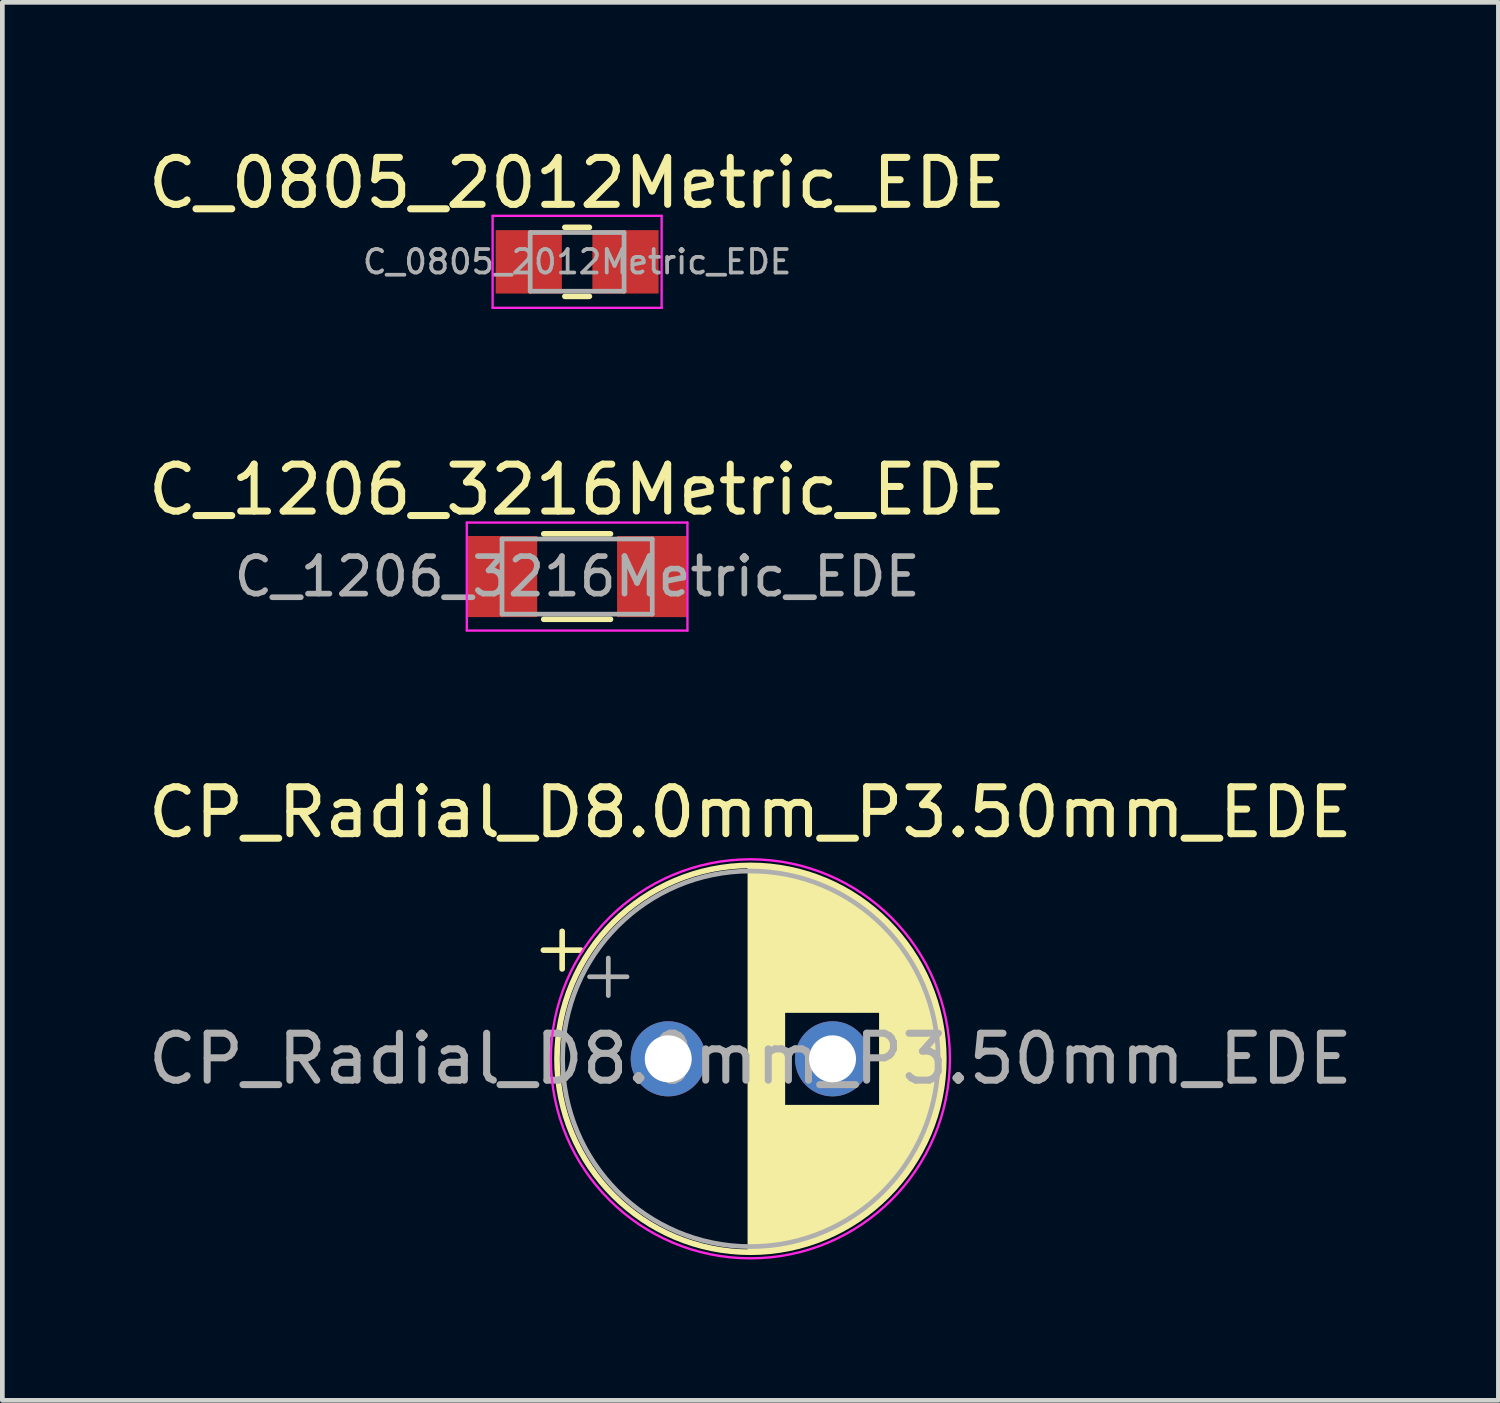
<source format=kicad_pcb>
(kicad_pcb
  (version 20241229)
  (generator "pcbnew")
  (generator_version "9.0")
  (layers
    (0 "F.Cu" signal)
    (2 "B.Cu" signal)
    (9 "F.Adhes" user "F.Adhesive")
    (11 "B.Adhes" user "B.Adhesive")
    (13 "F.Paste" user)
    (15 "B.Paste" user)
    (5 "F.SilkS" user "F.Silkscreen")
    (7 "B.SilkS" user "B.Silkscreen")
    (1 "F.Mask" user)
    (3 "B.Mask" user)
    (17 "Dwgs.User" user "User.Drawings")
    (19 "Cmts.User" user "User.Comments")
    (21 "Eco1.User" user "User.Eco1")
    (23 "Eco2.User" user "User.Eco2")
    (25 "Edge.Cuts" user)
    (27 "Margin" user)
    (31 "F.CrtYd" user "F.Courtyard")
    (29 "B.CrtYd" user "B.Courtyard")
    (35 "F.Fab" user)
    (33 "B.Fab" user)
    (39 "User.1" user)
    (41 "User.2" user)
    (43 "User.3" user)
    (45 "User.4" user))
  (footprint "C_0805_2012Metric_EDE"
    (layer "F.Cu")
    (at 9.244 2.528)
    (property "Reference" "C_0805_2012Metric_EDE" (at 0 -1.68 0) (layer "F.SilkS") (effects (font (size 1 1) (thickness 0.15))))
    (attr smd)
    (fp_line (start -0.261 -0.735) (end 0.261 -0.735) (stroke (width 0.12) (type solid)) (layer "F.SilkS"))
    (fp_line (start -0.261 0.735) (end 0.261 0.735) (stroke (width 0.12) (type solid)) (layer "F.SilkS"))
    (fp_line (start -1.8 -0.98) (end 1.8 -0.98) (stroke (width 0.05) (type solid)) (layer "F.CrtYd"))
    (fp_line (start -1.8 0.98) (end -1.8 -0.98) (stroke (width 0.05) (type solid)) (layer "F.CrtYd"))
    (fp_line (start 1.8 -0.98) (end 1.8 0.98) (stroke (width 0.05) (type solid)) (layer "F.CrtYd"))
    (fp_line (start 1.8 0.98) (end -1.8 0.98) (stroke (width 0.05) (type solid)) (layer "F.CrtYd"))
    (fp_line (start -1 -0.625) (end 1 -0.625) (stroke (width 0.1) (type solid)) (layer "F.Fab"))
    (fp_line (start -1 0.625) (end -1 -0.625) (stroke (width 0.1) (type solid)) (layer "F.Fab"))
    (fp_line (start 1 -0.625) (end 1 0.625) (stroke (width 0.1) (type solid)) (layer "F.Fab"))
    (fp_line (start 1 0.625) (end -1 0.625) (stroke (width 0.1) (type solid)) (layer "F.Fab"))
    (fp_text user "${REFERENCE}" (at 0 0 0) (layer "F.Fab") (effects (font (size 0.5 0.5) (thickness 0.08))))
    (pad "1" smd rect (at -1.03 0) (size 1.41 1.35) (layers "F.Cu" "F.Mask" "F.Paste"))
    (pad "2" smd rect (at 1.03 0) (size 1.41 1.35) (layers "F.Cu" "F.Mask" "F.Paste")))
  (footprint "CP_Radial_D8.0mm_P3.50mm_EDE"
    (layer "F.Cu")
    (at 11.185 19.505)
    (property "Reference" "CP_Radial_D8.0mm_P3.50mm_EDE" (at 1.75 -5.25 0) (layer "F.SilkS") (effects (font (size 1 1) (thickness 0.15))))
    (attr through_hole)
    (fp_line (start -2.66 -2.315) (end -1.86 -2.315) (stroke (width 0.12) (type solid)) (layer "F.SilkS"))
    (fp_line (start -2.26 -2.715) (end -2.26 -1.915) (stroke (width 0.12) (type solid)) (layer "F.SilkS"))
    (fp_line (start 1.75 -4.08) (end 1.75 4.08) (stroke (width 0.12) (type solid)) (layer "F.SilkS"))
    (fp_line (start 1.79 -4.08) (end 1.79 4.08) (stroke (width 0.12) (type solid)) (layer "F.SilkS"))
    (fp_line (start 1.83 -4.08) (end 1.83 4.08) (stroke (width 0.12) (type solid)) (layer "F.SilkS"))
    (fp_line (start 1.87 -4.079) (end 1.87 4.079) (stroke (width 0.12) (type solid)) (layer "F.SilkS"))
    (fp_line (start 1.91 -4.077) (end 1.91 4.077) (stroke (width 0.12) (type solid)) (layer "F.SilkS"))
    (fp_line (start 1.95 -4.076) (end 1.95 4.076) (stroke (width 0.12) (type solid)) (layer "F.SilkS"))
    (fp_line (start 1.99 -4.074) (end 1.99 4.074) (stroke (width 0.12) (type solid)) (layer "F.SilkS"))
    (fp_line (start 2.03 -4.071) (end 2.03 4.071) (stroke (width 0.12) (type solid)) (layer "F.SilkS"))
    (fp_line (start 2.07 -4.068) (end 2.07 4.068) (stroke (width 0.12) (type solid)) (layer "F.SilkS"))
    (fp_line (start 2.11 -4.065) (end 2.11 4.065) (stroke (width 0.12) (type solid)) (layer "F.SilkS"))
    (fp_line (start 2.15 -4.061) (end 2.15 4.061) (stroke (width 0.12) (type solid)) (layer "F.SilkS"))
    (fp_line (start 2.19 -4.057) (end 2.19 4.057) (stroke (width 0.12) (type solid)) (layer "F.SilkS"))
    (fp_line (start 2.23 -4.052) (end 2.23 4.052) (stroke (width 0.12) (type solid)) (layer "F.SilkS"))
    (fp_line (start 2.27 -4.048) (end 2.27 4.048) (stroke (width 0.12) (type solid)) (layer "F.SilkS"))
    (fp_line (start 2.31 -4.042) (end 2.31 4.042) (stroke (width 0.12) (type solid)) (layer "F.SilkS"))
    (fp_line (start 2.35 -4.037) (end 2.35 4.037) (stroke (width 0.12) (type solid)) (layer "F.SilkS"))
    (fp_line (start 2.39 -4.03) (end 2.39 4.03) (stroke (width 0.12) (type solid)) (layer "F.SilkS"))
    (fp_line (start 2.43 -4.024) (end 2.43 4.024) (stroke (width 0.12) (type solid)) (layer "F.SilkS"))
    (fp_line (start 2.471 -4.017) (end 2.471 -1.04) (stroke (width 0.12) (type solid)) (layer "F.SilkS"))
    (fp_line (start 2.471 1.04) (end 2.471 4.017) (stroke (width 0.12) (type solid)) (layer "F.SilkS"))
    (fp_line (start 2.511 -4.01) (end 2.511 -1.04) (stroke (width 0.12) (type solid)) (layer "F.SilkS"))
    (fp_line (start 2.511 1.04) (end 2.511 4.01) (stroke (width 0.12) (type solid)) (layer "F.SilkS"))
    (fp_line (start 2.551 -4.002) (end 2.551 -1.04) (stroke (width 0.12) (type solid)) (layer "F.SilkS"))
    (fp_line (start 2.551 1.04) (end 2.551 4.002) (stroke (width 0.12) (type solid)) (layer "F.SilkS"))
    (fp_line (start 2.591 -3.994) (end 2.591 -1.04) (stroke (width 0.12) (type solid)) (layer "F.SilkS"))
    (fp_line (start 2.591 1.04) (end 2.591 3.994) (stroke (width 0.12) (type solid)) (layer "F.SilkS"))
    (fp_line (start 2.631 -3.985) (end 2.631 -1.04) (stroke (width 0.12) (type solid)) (layer "F.SilkS"))
    (fp_line (start 2.631 1.04) (end 2.631 3.985) (stroke (width 0.12) (type solid)) (layer "F.SilkS"))
    (fp_line (start 2.671 -3.976) (end 2.671 -1.04) (stroke (width 0.12) (type solid)) (layer "F.SilkS"))
    (fp_line (start 2.671 1.04) (end 2.671 3.976) (stroke (width 0.12) (type solid)) (layer "F.SilkS"))
    (fp_line (start 2.711 -3.967) (end 2.711 -1.04) (stroke (width 0.12) (type solid)) (layer "F.SilkS"))
    (fp_line (start 2.711 1.04) (end 2.711 3.967) (stroke (width 0.12) (type solid)) (layer "F.SilkS"))
    (fp_line (start 2.751 -3.957) (end 2.751 -1.04) (stroke (width 0.12) (type solid)) (layer "F.SilkS"))
    (fp_line (start 2.751 1.04) (end 2.751 3.957) (stroke (width 0.12) (type solid)) (layer "F.SilkS"))
    (fp_line (start 2.791 -3.947) (end 2.791 -1.04) (stroke (width 0.12) (type solid)) (layer "F.SilkS"))
    (fp_line (start 2.791 1.04) (end 2.791 3.947) (stroke (width 0.12) (type solid)) (layer "F.SilkS"))
    (fp_line (start 2.831 -3.936) (end 2.831 -1.04) (stroke (width 0.12) (type solid)) (layer "F.SilkS"))
    (fp_line (start 2.831 1.04) (end 2.831 3.936) (stroke (width 0.12) (type solid)) (layer "F.SilkS"))
    (fp_line (start 2.871 -3.925) (end 2.871 -1.04) (stroke (width 0.12) (type solid)) (layer "F.SilkS"))
    (fp_line (start 2.871 1.04) (end 2.871 3.925) (stroke (width 0.12) (type solid)) (layer "F.SilkS"))
    (fp_line (start 2.911 -3.914) (end 2.911 -1.04) (stroke (width 0.12) (type solid)) (layer "F.SilkS"))
    (fp_line (start 2.911 1.04) (end 2.911 3.914) (stroke (width 0.12) (type solid)) (layer "F.SilkS"))
    (fp_line (start 2.951 -3.902) (end 2.951 -1.04) (stroke (width 0.12) (type solid)) (layer "F.SilkS"))
    (fp_line (start 2.951 1.04) (end 2.951 3.902) (stroke (width 0.12) (type solid)) (layer "F.SilkS"))
    (fp_line (start 2.991 -3.889) (end 2.991 -1.04) (stroke (width 0.12) (type solid)) (layer "F.SilkS"))
    (fp_line (start 2.991 1.04) (end 2.991 3.889) (stroke (width 0.12) (type solid)) (layer "F.SilkS"))
    (fp_line (start 3.031 -3.877) (end 3.031 -1.04) (stroke (width 0.12) (type solid)) (layer "F.SilkS"))
    (fp_line (start 3.031 1.04) (end 3.031 3.877) (stroke (width 0.12) (type solid)) (layer "F.SilkS"))
    (fp_line (start 3.071 -3.863) (end 3.071 -1.04) (stroke (width 0.12) (type solid)) (layer "F.SilkS"))
    (fp_line (start 3.071 1.04) (end 3.071 3.863) (stroke (width 0.12) (type solid)) (layer "F.SilkS"))
    (fp_line (start 3.111 -3.85) (end 3.111 -1.04) (stroke (width 0.12) (type solid)) (layer "F.SilkS"))
    (fp_line (start 3.111 1.04) (end 3.111 3.85) (stroke (width 0.12) (type solid)) (layer "F.SilkS"))
    (fp_line (start 3.151 -3.835) (end 3.151 -1.04) (stroke (width 0.12) (type solid)) (layer "F.SilkS"))
    (fp_line (start 3.151 1.04) (end 3.151 3.835) (stroke (width 0.12) (type solid)) (layer "F.SilkS"))
    (fp_line (start 3.191 -3.821) (end 3.191 -1.04) (stroke (width 0.12) (type solid)) (layer "F.SilkS"))
    (fp_line (start 3.191 1.04) (end 3.191 3.821) (stroke (width 0.12) (type solid)) (layer "F.SilkS"))
    (fp_line (start 3.231 -3.805) (end 3.231 -1.04) (stroke (width 0.12) (type solid)) (layer "F.SilkS"))
    (fp_line (start 3.231 1.04) (end 3.231 3.805) (stroke (width 0.12) (type solid)) (layer "F.SilkS"))
    (fp_line (start 3.271 -3.79) (end 3.271 -1.04) (stroke (width 0.12) (type solid)) (layer "F.SilkS"))
    (fp_line (start 3.271 1.04) (end 3.271 3.79) (stroke (width 0.12) (type solid)) (layer "F.SilkS"))
    (fp_line (start 3.311 -3.774) (end 3.311 -1.04) (stroke (width 0.12) (type solid)) (layer "F.SilkS"))
    (fp_line (start 3.311 1.04) (end 3.311 3.774) (stroke (width 0.12) (type solid)) (layer "F.SilkS"))
    (fp_line (start 3.351 -3.757) (end 3.351 -1.04) (stroke (width 0.12) (type solid)) (layer "F.SilkS"))
    (fp_line (start 3.351 1.04) (end 3.351 3.757) (stroke (width 0.12) (type solid)) (layer "F.SilkS"))
    (fp_line (start 3.391 -3.74) (end 3.391 -1.04) (stroke (width 0.12) (type solid)) (layer "F.SilkS"))
    (fp_line (start 3.391 1.04) (end 3.391 3.74) (stroke (width 0.12) (type solid)) (layer "F.SilkS"))
    (fp_line (start 3.431 -3.722) (end 3.431 -1.04) (stroke (width 0.12) (type solid)) (layer "F.SilkS"))
    (fp_line (start 3.431 1.04) (end 3.431 3.722) (stroke (width 0.12) (type solid)) (layer "F.SilkS"))
    (fp_line (start 3.471 -3.704) (end 3.471 -1.04) (stroke (width 0.12) (type solid)) (layer "F.SilkS"))
    (fp_line (start 3.471 1.04) (end 3.471 3.704) (stroke (width 0.12) (type solid)) (layer "F.SilkS"))
    (fp_line (start 3.511 -3.686) (end 3.511 -1.04) (stroke (width 0.12) (type solid)) (layer "F.SilkS"))
    (fp_line (start 3.511 1.04) (end 3.511 3.686) (stroke (width 0.12) (type solid)) (layer "F.SilkS"))
    (fp_line (start 3.551 -3.666) (end 3.551 -1.04) (stroke (width 0.12) (type solid)) (layer "F.SilkS"))
    (fp_line (start 3.551 1.04) (end 3.551 3.666) (stroke (width 0.12) (type solid)) (layer "F.SilkS"))
    (fp_line (start 3.591 -3.647) (end 3.591 -1.04) (stroke (width 0.12) (type solid)) (layer "F.SilkS"))
    (fp_line (start 3.591 1.04) (end 3.591 3.647) (stroke (width 0.12) (type solid)) (layer "F.SilkS"))
    (fp_line (start 3.631 -3.627) (end 3.631 -1.04) (stroke (width 0.12) (type solid)) (layer "F.SilkS"))
    (fp_line (start 3.631 1.04) (end 3.631 3.627) (stroke (width 0.12) (type solid)) (layer "F.SilkS"))
    (fp_line (start 3.671 -3.606) (end 3.671 -1.04) (stroke (width 0.12) (type solid)) (layer "F.SilkS"))
    (fp_line (start 3.671 1.04) (end 3.671 3.606) (stroke (width 0.12) (type solid)) (layer "F.SilkS"))
    (fp_line (start 3.711 -3.584) (end 3.711 -1.04) (stroke (width 0.12) (type solid)) (layer "F.SilkS"))
    (fp_line (start 3.711 1.04) (end 3.711 3.584) (stroke (width 0.12) (type solid)) (layer "F.SilkS"))
    (fp_line (start 3.751 -3.562) (end 3.751 -1.04) (stroke (width 0.12) (type solid)) (layer "F.SilkS"))
    (fp_line (start 3.751 1.04) (end 3.751 3.562) (stroke (width 0.12) (type solid)) (layer "F.SilkS"))
    (fp_line (start 3.791 -3.54) (end 3.791 -1.04) (stroke (width 0.12) (type solid)) (layer "F.SilkS"))
    (fp_line (start 3.791 1.04) (end 3.791 3.54) (stroke (width 0.12) (type solid)) (layer "F.SilkS"))
    (fp_line (start 3.831 -3.517) (end 3.831 -1.04) (stroke (width 0.12) (type solid)) (layer "F.SilkS"))
    (fp_line (start 3.831 1.04) (end 3.831 3.517) (stroke (width 0.12) (type solid)) (layer "F.SilkS"))
    (fp_line (start 3.871 -3.493) (end 3.871 -1.04) (stroke (width 0.12) (type solid)) (layer "F.SilkS"))
    (fp_line (start 3.871 1.04) (end 3.871 3.493) (stroke (width 0.12) (type solid)) (layer "F.SilkS"))
    (fp_line (start 3.911 -3.469) (end 3.911 -1.04) (stroke (width 0.12) (type solid)) (layer "F.SilkS"))
    (fp_line (start 3.911 1.04) (end 3.911 3.469) (stroke (width 0.12) (type solid)) (layer "F.SilkS"))
    (fp_line (start 3.951 -3.444) (end 3.951 -1.04) (stroke (width 0.12) (type solid)) (layer "F.SilkS"))
    (fp_line (start 3.951 1.04) (end 3.951 3.444) (stroke (width 0.12) (type solid)) (layer "F.SilkS"))
    (fp_line (start 3.991 -3.418) (end 3.991 -1.04) (stroke (width 0.12) (type solid)) (layer "F.SilkS"))
    (fp_line (start 3.991 1.04) (end 3.991 3.418) (stroke (width 0.12) (type solid)) (layer "F.SilkS"))
    (fp_line (start 4.031 -3.392) (end 4.031 -1.04) (stroke (width 0.12) (type solid)) (layer "F.SilkS"))
    (fp_line (start 4.031 1.04) (end 4.031 3.392) (stroke (width 0.12) (type solid)) (layer "F.SilkS"))
    (fp_line (start 4.071 -3.365) (end 4.071 -1.04) (stroke (width 0.12) (type solid)) (layer "F.SilkS"))
    (fp_line (start 4.071 1.04) (end 4.071 3.365) (stroke (width 0.12) (type solid)) (layer "F.SilkS"))
    (fp_line (start 4.111 -3.338) (end 4.111 -1.04) (stroke (width 0.12) (type solid)) (layer "F.SilkS"))
    (fp_line (start 4.111 1.04) (end 4.111 3.338) (stroke (width 0.12) (type solid)) (layer "F.SilkS"))
    (fp_line (start 4.151 -3.309) (end 4.151 -1.04) (stroke (width 0.12) (type solid)) (layer "F.SilkS"))
    (fp_line (start 4.151 1.04) (end 4.151 3.309) (stroke (width 0.12) (type solid)) (layer "F.SilkS"))
    (fp_line (start 4.191 -3.28) (end 4.191 -1.04) (stroke (width 0.12) (type solid)) (layer "F.SilkS"))
    (fp_line (start 4.191 1.04) (end 4.191 3.28) (stroke (width 0.12) (type solid)) (layer "F.SilkS"))
    (fp_line (start 4.231 -3.25) (end 4.231 -1.04) (stroke (width 0.12) (type solid)) (layer "F.SilkS"))
    (fp_line (start 4.231 1.04) (end 4.231 3.25) (stroke (width 0.12) (type solid)) (layer "F.SilkS"))
    (fp_line (start 4.271 -3.22) (end 4.271 -1.04) (stroke (width 0.12) (type solid)) (layer "F.SilkS"))
    (fp_line (start 4.271 1.04) (end 4.271 3.22) (stroke (width 0.12) (type solid)) (layer "F.SilkS"))
    (fp_line (start 4.311 -3.189) (end 4.311 -1.04) (stroke (width 0.12) (type solid)) (layer "F.SilkS"))
    (fp_line (start 4.311 1.04) (end 4.311 3.189) (stroke (width 0.12) (type solid)) (layer "F.SilkS"))
    (fp_line (start 4.351 -3.156) (end 4.351 -1.04) (stroke (width 0.12) (type solid)) (layer "F.SilkS"))
    (fp_line (start 4.351 1.04) (end 4.351 3.156) (stroke (width 0.12) (type solid)) (layer "F.SilkS"))
    (fp_line (start 4.391 -3.124) (end 4.391 -1.04) (stroke (width 0.12) (type solid)) (layer "F.SilkS"))
    (fp_line (start 4.391 1.04) (end 4.391 3.124) (stroke (width 0.12) (type solid)) (layer "F.SilkS"))
    (fp_line (start 4.431 -3.09) (end 4.431 -1.04) (stroke (width 0.12) (type solid)) (layer "F.SilkS"))
    (fp_line (start 4.431 1.04) (end 4.431 3.09) (stroke (width 0.12) (type solid)) (layer "F.SilkS"))
    (fp_line (start 4.471 -3.055) (end 4.471 -1.04) (stroke (width 0.12) (type solid)) (layer "F.SilkS"))
    (fp_line (start 4.471 1.04) (end 4.471 3.055) (stroke (width 0.12) (type solid)) (layer "F.SilkS"))
    (fp_line (start 4.511 -3.019) (end 4.511 -1.04) (stroke (width 0.12) (type solid)) (layer "F.SilkS"))
    (fp_line (start 4.511 1.04) (end 4.511 3.019) (stroke (width 0.12) (type solid)) (layer "F.SilkS"))
    (fp_line (start 4.551 -2.983) (end 4.551 2.983) (stroke (width 0.12) (type solid)) (layer "F.SilkS"))
    (fp_line (start 4.591 -2.945) (end 4.591 2.945) (stroke (width 0.12) (type solid)) (layer "F.SilkS"))
    (fp_line (start 4.631 -2.907) (end 4.631 2.907) (stroke (width 0.12) (type solid)) (layer "F.SilkS"))
    (fp_line (start 4.671 -2.867) (end 4.671 2.867) (stroke (width 0.12) (type solid)) (layer "F.SilkS"))
    (fp_line (start 4.711 -2.826) (end 4.711 2.826) (stroke (width 0.12) (type solid)) (layer "F.SilkS"))
    (fp_line (start 4.751 -2.784) (end 4.751 2.784) (stroke (width 0.12) (type solid)) (layer "F.SilkS"))
    (fp_line (start 4.791 -2.741) (end 4.791 2.741) (stroke (width 0.12) (type solid)) (layer "F.SilkS"))
    (fp_line (start 4.831 -2.697) (end 4.831 2.697) (stroke (width 0.12) (type solid)) (layer "F.SilkS"))
    (fp_line (start 4.871 -2.651) (end 4.871 2.651) (stroke (width 0.12) (type solid)) (layer "F.SilkS"))
    (fp_line (start 4.911 -2.604) (end 4.911 2.604) (stroke (width 0.12) (type solid)) (layer "F.SilkS"))
    (fp_line (start 4.951 -2.556) (end 4.951 2.556) (stroke (width 0.12) (type solid)) (layer "F.SilkS"))
    (fp_line (start 4.991 -2.505) (end 4.991 2.505) (stroke (width 0.12) (type solid)) (layer "F.SilkS"))
    (fp_line (start 5.031 -2.454) (end 5.031 2.454) (stroke (width 0.12) (type solid)) (layer "F.SilkS"))
    (fp_line (start 5.071 -2.4) (end 5.071 2.4) (stroke (width 0.12) (type solid)) (layer "F.SilkS"))
    (fp_line (start 5.111 -2.345) (end 5.111 2.345) (stroke (width 0.12) (type solid)) (layer "F.SilkS"))
    (fp_line (start 5.151 -2.287) (end 5.151 2.287) (stroke (width 0.12) (type solid)) (layer "F.SilkS"))
    (fp_line (start 5.191 -2.228) (end 5.191 2.228) (stroke (width 0.12) (type solid)) (layer "F.SilkS"))
    (fp_line (start 5.231 -2.166) (end 5.231 2.166) (stroke (width 0.12) (type solid)) (layer "F.SilkS"))
    (fp_line (start 5.271 -2.102) (end 5.271 2.102) (stroke (width 0.12) (type solid)) (layer "F.SilkS"))
    (fp_line (start 5.311 -2.034) (end 5.311 2.034) (stroke (width 0.12) (type solid)) (layer "F.SilkS"))
    (fp_line (start 5.351 -1.964) (end 5.351 1.964) (stroke (width 0.12) (type solid)) (layer "F.SilkS"))
    (fp_line (start 5.391 -1.89) (end 5.391 1.89) (stroke (width 0.12) (type solid)) (layer "F.SilkS"))
    (fp_line (start 5.431 -1.813) (end 5.431 1.813) (stroke (width 0.12) (type solid)) (layer "F.SilkS"))
    (fp_line (start 5.471 -1.731) (end 5.471 1.731) (stroke (width 0.12) (type solid)) (layer "F.SilkS"))
    (fp_line (start 5.511 -1.645) (end 5.511 1.645) (stroke (width 0.12) (type solid)) (layer "F.SilkS"))
    (fp_line (start 5.551 -1.552) (end 5.551 1.552) (stroke (width 0.12) (type solid)) (layer "F.SilkS"))
    (fp_line (start 5.591 -1.453) (end 5.591 1.453) (stroke (width 0.12) (type solid)) (layer "F.SilkS"))
    (fp_line (start 5.631 -1.346) (end 5.631 1.346) (stroke (width 0.12) (type solid)) (layer "F.SilkS"))
    (fp_line (start 5.671 -1.229) (end 5.671 1.229) (stroke (width 0.12) (type solid)) (layer "F.SilkS"))
    (fp_line (start 5.711 -1.098) (end 5.711 1.098) (stroke (width 0.12) (type solid)) (layer "F.SilkS"))
    (fp_line (start 5.751 -0.948) (end 5.751 0.948) (stroke (width 0.12) (type solid)) (layer "F.SilkS"))
    (fp_line (start 5.791 -0.768) (end 5.791 0.768) (stroke (width 0.12) (type solid)) (layer "F.SilkS"))
    (fp_line (start 5.831 -0.533) (end 5.831 0.533) (stroke (width 0.12) (type solid)) (layer "F.SilkS"))
    (fp_circle (center 1.75 0) (end 5.87 0) (stroke (width 0.12) (type solid)) (fill no) (layer "F.SilkS"))
    (fp_circle (center 1.75 0) (end 6 0) (stroke (width 0.05) (type solid)) (fill no) (layer "F.CrtYd"))
    (fp_line (start -1.677 -1.748) (end -0.877 -1.748) (stroke (width 0.1) (type solid)) (layer "F.Fab"))
    (fp_line (start -1.277 -2.147) (end -1.277 -1.347) (stroke (width 0.1) (type solid)) (layer "F.Fab"))
    (fp_circle (center 1.75 0) (end 5.75 0) (stroke (width 0.1) (type solid)) (fill no) (layer "F.Fab"))
    (fp_text user "${REFERENCE}" (at 1.75 0 0) (layer "F.Fab") (effects (font (size 1 1) (thickness 0.15))))
    (pad "1" thru_hole circle (at 0 0) (size 1.6 1.6) (drill 1) (layers "*.Cu" "*.Mask"))
    (pad "2" thru_hole circle (at 3.5 0) (size 1.6 1.6) (drill 1) (layers "*.Cu" "*.Mask")))
  (footprint "C_1206_3216Metric_EDE"
    (layer "F.Cu")
    (at 9.244 9.232)
    (property "Reference" "C_1206_3216Metric_EDE" (at 0 -1.85 0) (layer "F.SilkS") (effects (font (size 1 1) (thickness 0.15))))
    (attr smd)
    (fp_line (start -0.711 -0.91) (end 0.711 -0.91) (stroke (width 0.12) (type solid)) (layer "F.SilkS"))
    (fp_line (start -0.711 0.91) (end 0.711 0.91) (stroke (width 0.12) (type solid)) (layer "F.SilkS"))
    (fp_line (start -2.35 -1.15) (end 2.35 -1.15) (stroke (width 0.05) (type solid)) (layer "F.CrtYd"))
    (fp_line (start -2.35 1.15) (end -2.35 -1.15) (stroke (width 0.05) (type solid)) (layer "F.CrtYd"))
    (fp_line (start 2.35 -1.15) (end 2.35 1.15) (stroke (width 0.05) (type solid)) (layer "F.CrtYd"))
    (fp_line (start 2.35 1.15) (end -2.35 1.15) (stroke (width 0.05) (type solid)) (layer "F.CrtYd"))
    (fp_line (start -1.6 -0.8) (end 1.6 -0.8) (stroke (width 0.1) (type solid)) (layer "F.Fab"))
    (fp_line (start -1.6 0.8) (end -1.6 -0.8) (stroke (width 0.1) (type solid)) (layer "F.Fab"))
    (fp_line (start 1.6 -0.8) (end 1.6 0.8) (stroke (width 0.1) (type solid)) (layer "F.Fab"))
    (fp_line (start 1.6 0.8) (end -1.6 0.8) (stroke (width 0.1) (type solid)) (layer "F.Fab"))
    (fp_text user "${REFERENCE}" (at 0 0 0) (layer "F.Fab") (effects (font (size 0.8 0.8) (thickness 0.12))))
    (pad "1" smd rect (at -1.593 0) (size 1.485 1.728) (layers "F.Cu" "F.Mask" "F.Paste"))
    (pad "2" smd rect (at 1.593 0) (size 1.485 1.728) (layers "F.Cu" "F.Mask" "F.Paste")))
  (gr_rect
    (start -3 -3)
    (end 28.869 26.78)
    (stroke (width 0.1) (type default))
    (fill no)
    (layer "Edge.Cuts")))
</source>
